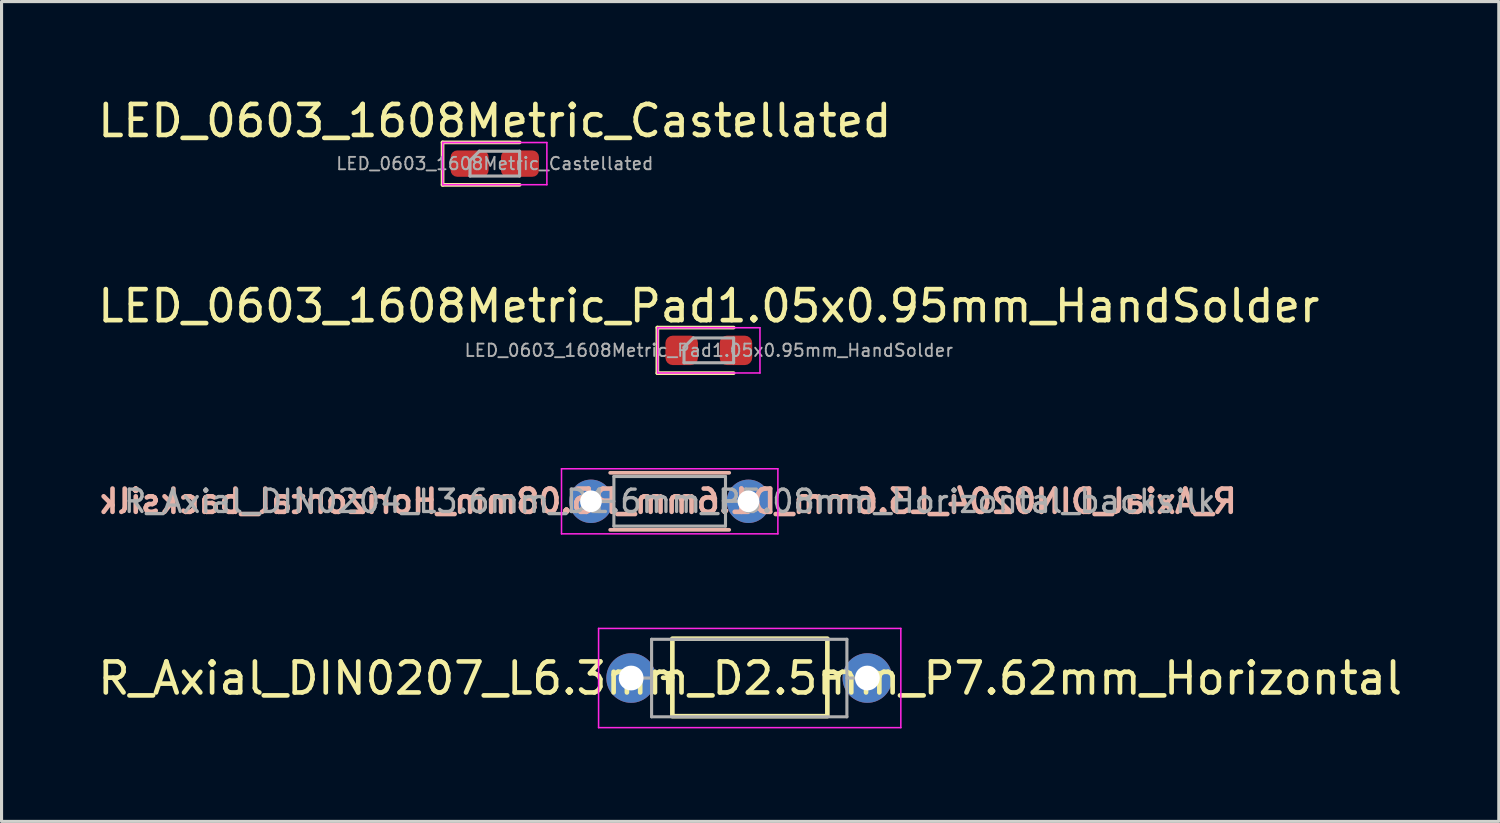
<source format=kicad_pcb>
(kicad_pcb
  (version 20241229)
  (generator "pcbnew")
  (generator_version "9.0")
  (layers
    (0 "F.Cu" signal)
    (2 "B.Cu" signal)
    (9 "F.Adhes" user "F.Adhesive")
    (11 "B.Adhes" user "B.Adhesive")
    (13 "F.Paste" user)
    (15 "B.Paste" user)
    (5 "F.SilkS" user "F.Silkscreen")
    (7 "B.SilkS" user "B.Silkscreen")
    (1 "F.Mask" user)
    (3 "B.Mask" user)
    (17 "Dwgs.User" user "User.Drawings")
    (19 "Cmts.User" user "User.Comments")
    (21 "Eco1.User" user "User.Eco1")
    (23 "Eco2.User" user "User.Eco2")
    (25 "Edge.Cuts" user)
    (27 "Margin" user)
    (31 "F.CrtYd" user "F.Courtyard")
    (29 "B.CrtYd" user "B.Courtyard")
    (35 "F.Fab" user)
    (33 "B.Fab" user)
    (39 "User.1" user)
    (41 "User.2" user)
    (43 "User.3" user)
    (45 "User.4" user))
  (footprint "R_Axial_DIN0207_L6.3mm_D2.5mm_P7.62mm_Horizontal"
    (layer "F.Cu")
    (at 17.309 18.822)
    (property "Reference" "R_Axial_DIN0207_L6.3mm_D2.5mm_P7.62mm_Horizontal" (at 3.84 0.01 0) (layer "F.SilkS") (effects (font (size 1 1) (thickness 0.15))))
    (attr through_hole)
    (fp_line (start 1.33 -0.01) (end 1.03 -0.01) (stroke (width 0.15) (type solid)) (layer "F.SilkS"))
    (fp_line (start 6.33 -0.02) (end 6.63 -0.02) (stroke (width 0.15) (type solid)) (layer "F.SilkS"))
    (fp_rect (start 1.33 -1.27) (end 6.33 1.23) (stroke (width 0.15) (type solid)) (fill no) (layer "F.SilkS"))
    (fp_line (start -1.05 -1.6) (end -1.05 1.6) (stroke (width 0.05) (type solid)) (layer "F.CrtYd"))
    (fp_line (start -1.05 1.6) (end 8.7 1.6) (stroke (width 0.05) (type solid)) (layer "F.CrtYd"))
    (fp_line (start 8.7 -1.6) (end -1.05 -1.6) (stroke (width 0.05) (type solid)) (layer "F.CrtYd"))
    (fp_line (start 8.7 1.6) (end 8.7 -1.6) (stroke (width 0.05) (type solid)) (layer "F.CrtYd"))
    (fp_line (start 0 0) (end 0.66 0) (stroke (width 0.1) (type solid)) (layer "F.Fab"))
    (fp_line (start 0.66 -1.25) (end 0.66 1.25) (stroke (width 0.1) (type solid)) (layer "F.Fab"))
    (fp_line (start 0.66 1.25) (end 6.96 1.25) (stroke (width 0.1) (type solid)) (layer "F.Fab"))
    (fp_line (start 6.96 -1.25) (end 0.66 -1.25) (stroke (width 0.1) (type solid)) (layer "F.Fab"))
    (fp_line (start 6.96 1.25) (end 6.96 -1.25) (stroke (width 0.1) (type solid)) (layer "F.Fab"))
    (fp_line (start 7.62 0) (end 6.96 0) (stroke (width 0.1) (type solid)) (layer "F.Fab"))
    (pad "1" thru_hole circle (at 0 0) (size 1.6 1.6) (drill 0.8) (layers "*.Cu" "*.Mask"))
    (pad "2" thru_hole oval (at 7.62 0) (size 1.6 1.6) (drill 0.8) (layers "*.Cu" "*.Mask")))
  (footprint "R_Axial_DIN0204_L3.6mm_D1.6mm_P5.08mm_Horizontal_backsilk"
    (layer "F.Cu")
    (at 16.013 13.121)
    (property "Reference" "R_Axial_DIN0204_L3.6mm_D1.6mm_P5.08mm_Horizontal_backsilk" (at 2.477 0 0) (layer "B.SilkS") (effects (font (size 0.75 0.75) (thickness 0.15)) (justify mirror)))
    (attr through_hole)
    (fp_line (start 0.62 -0.92) (end 4.46 -0.92) (stroke (width 0.12) (type solid)) (layer "B.SilkS"))
    (fp_line (start 0.62 0.92) (end 4.46 0.92) (stroke (width 0.12) (type solid)) (layer "B.SilkS"))
    (fp_line (start -0.95 -1.05) (end -0.95 1.05) (stroke (width 0.05) (type solid)) (layer "F.CrtYd"))
    (fp_line (start -0.95 1.05) (end 6.03 1.05) (stroke (width 0.05) (type solid)) (layer "F.CrtYd"))
    (fp_line (start 6.03 -1.05) (end -0.95 -1.05) (stroke (width 0.05) (type solid)) (layer "F.CrtYd"))
    (fp_line (start 6.03 1.05) (end 6.03 -1.05) (stroke (width 0.05) (type solid)) (layer "F.CrtYd"))
    (fp_line (start 0 0) (end 0.74 0) (stroke (width 0.1) (type solid)) (layer "F.Fab"))
    (fp_line (start 0.74 -0.8) (end 0.74 0.8) (stroke (width 0.1) (type solid)) (layer "F.Fab"))
    (fp_line (start 0.74 0.8) (end 4.34 0.8) (stroke (width 0.1) (type solid)) (layer "F.Fab"))
    (fp_line (start 4.34 -0.8) (end 0.74 -0.8) (stroke (width 0.1) (type solid)) (layer "F.Fab"))
    (fp_line (start 4.34 0.8) (end 4.34 -0.8) (stroke (width 0.1) (type solid)) (layer "F.Fab"))
    (fp_line (start 5.08 0) (end 4.34 0) (stroke (width 0.1) (type solid)) (layer "F.Fab"))
    (fp_text user "${REFERENCE}" (at 2.54 0 0) (layer "F.Fab") (effects (font (size 0.72 0.72) (thickness 0.108))))
    (pad "1" thru_hole circle (at 0 0) (size 1.4 1.4) (drill 0.7) (layers "*.Cu" "*.Mask"))
    (pad "2" thru_hole oval (at 5.08 0) (size 1.4 1.4) (drill 0.7) (layers "*.Cu" "*.Mask")))
  (footprint "LED_0603_1608Metric_Castellated"
    (layer "F.Cu")
    (at 12.911 2.228)
    (property "Reference" "LED_0603_1608Metric_Castellated" (at 0 -1.38 0) (layer "F.SilkS") (effects (font (size 1 1) (thickness 0.15))))
    (attr smd)
    (fp_line (start -1.685 -0.685) (end -1.685 0.685) (stroke (width 0.12) (type solid)) (layer "F.SilkS"))
    (fp_line (start -1.685 0.685) (end 0.8 0.685) (stroke (width 0.12) (type solid)) (layer "F.SilkS"))
    (fp_line (start 0.8 -0.685) (end -1.685 -0.685) (stroke (width 0.12) (type solid)) (layer "F.SilkS"))
    (fp_line (start -1.68 -0.68) (end 1.68 -0.68) (stroke (width 0.05) (type solid)) (layer "F.CrtYd"))
    (fp_line (start -1.68 0.68) (end -1.68 -0.68) (stroke (width 0.05) (type solid)) (layer "F.CrtYd"))
    (fp_line (start 1.68 -0.68) (end 1.68 0.68) (stroke (width 0.05) (type solid)) (layer "F.CrtYd"))
    (fp_line (start 1.68 0.68) (end -1.68 0.68) (stroke (width 0.05) (type solid)) (layer "F.CrtYd"))
    (fp_line (start -0.8 -0.1) (end -0.8 0.4) (stroke (width 0.1) (type solid)) (layer "F.Fab"))
    (fp_line (start -0.8 0.4) (end 0.8 0.4) (stroke (width 0.1) (type solid)) (layer "F.Fab"))
    (fp_line (start -0.5 -0.4) (end -0.8 -0.1) (stroke (width 0.1) (type solid)) (layer "F.Fab"))
    (fp_line (start 0.8 -0.4) (end -0.5 -0.4) (stroke (width 0.1) (type solid)) (layer "F.Fab"))
    (fp_line (start 0.8 0.4) (end 0.8 -0.4) (stroke (width 0.1) (type solid)) (layer "F.Fab"))
    (fp_text user "${REFERENCE}" (at 0 0 0) (layer "F.Fab") (effects (font (size 0.4 0.4) (thickness 0.06))))
    (pad "1" smd roundrect (at -0.812 0) (size 1.225 0.85) (layers "F.Cu" "F.Mask" "F.Paste") (roundrect_rratio 0.25))
    (pad "2" smd roundrect (at 0.812 0) (size 1.225 0.85) (layers "F.Cu" "F.Mask" "F.Paste") (roundrect_rratio 0.25)))
  (footprint "LED_0603_1608Metric_Pad1.05x0.95mm_HandSolder"
    (layer "F.Cu")
    (at 19.815 8.252)
    (property "Reference" "LED_0603_1608Metric_Pad1.05x0.95mm_HandSolder" (at 0 -1.43 0) (layer "F.SilkS") (effects (font (size 1 1) (thickness 0.15))))
    (attr smd)
    (fp_line (start -1.66 -0.735) (end -1.66 0.735) (stroke (width 0.12) (type solid)) (layer "F.SilkS"))
    (fp_line (start -1.66 0.735) (end 0.8 0.735) (stroke (width 0.12) (type solid)) (layer "F.SilkS"))
    (fp_line (start 0.8 -0.735) (end -1.66 -0.735) (stroke (width 0.12) (type solid)) (layer "F.SilkS"))
    (fp_line (start -1.65 -0.73) (end 1.65 -0.73) (stroke (width 0.05) (type solid)) (layer "F.CrtYd"))
    (fp_line (start -1.65 0.73) (end -1.65 -0.73) (stroke (width 0.05) (type solid)) (layer "F.CrtYd"))
    (fp_line (start 1.65 -0.73) (end 1.65 0.73) (stroke (width 0.05) (type solid)) (layer "F.CrtYd"))
    (fp_line (start 1.65 0.73) (end -1.65 0.73) (stroke (width 0.05) (type solid)) (layer "F.CrtYd"))
    (fp_line (start -0.8 -0.1) (end -0.8 0.4) (stroke (width 0.1) (type solid)) (layer "F.Fab"))
    (fp_line (start -0.8 0.4) (end 0.8 0.4) (stroke (width 0.1) (type solid)) (layer "F.Fab"))
    (fp_line (start -0.5 -0.4) (end -0.8 -0.1) (stroke (width 0.1) (type solid)) (layer "F.Fab"))
    (fp_line (start 0.8 -0.4) (end -0.5 -0.4) (stroke (width 0.1) (type solid)) (layer "F.Fab"))
    (fp_line (start 0.8 0.4) (end 0.8 -0.4) (stroke (width 0.1) (type solid)) (layer "F.Fab"))
    (fp_text user "${REFERENCE}" (at 0 0 0) (layer "F.Fab") (effects (font (size 0.4 0.4) (thickness 0.06))))
    (pad "1" smd roundrect (at -0.875 0) (size 1.05 0.95) (layers "F.Cu" "F.Mask" "F.Paste") (roundrect_rratio 0.25))
    (pad "2" smd roundrect (at 0.875 0) (size 1.05 0.95) (layers "F.Cu" "F.Mask" "F.Paste") (roundrect_rratio 0.25)))
  (gr_rect
    (start -3 -3)
    (end 45.298 23.447)
    (stroke (width 0.1) (type default))
    (fill no)
    (layer "Edge.Cuts")))
</source>
